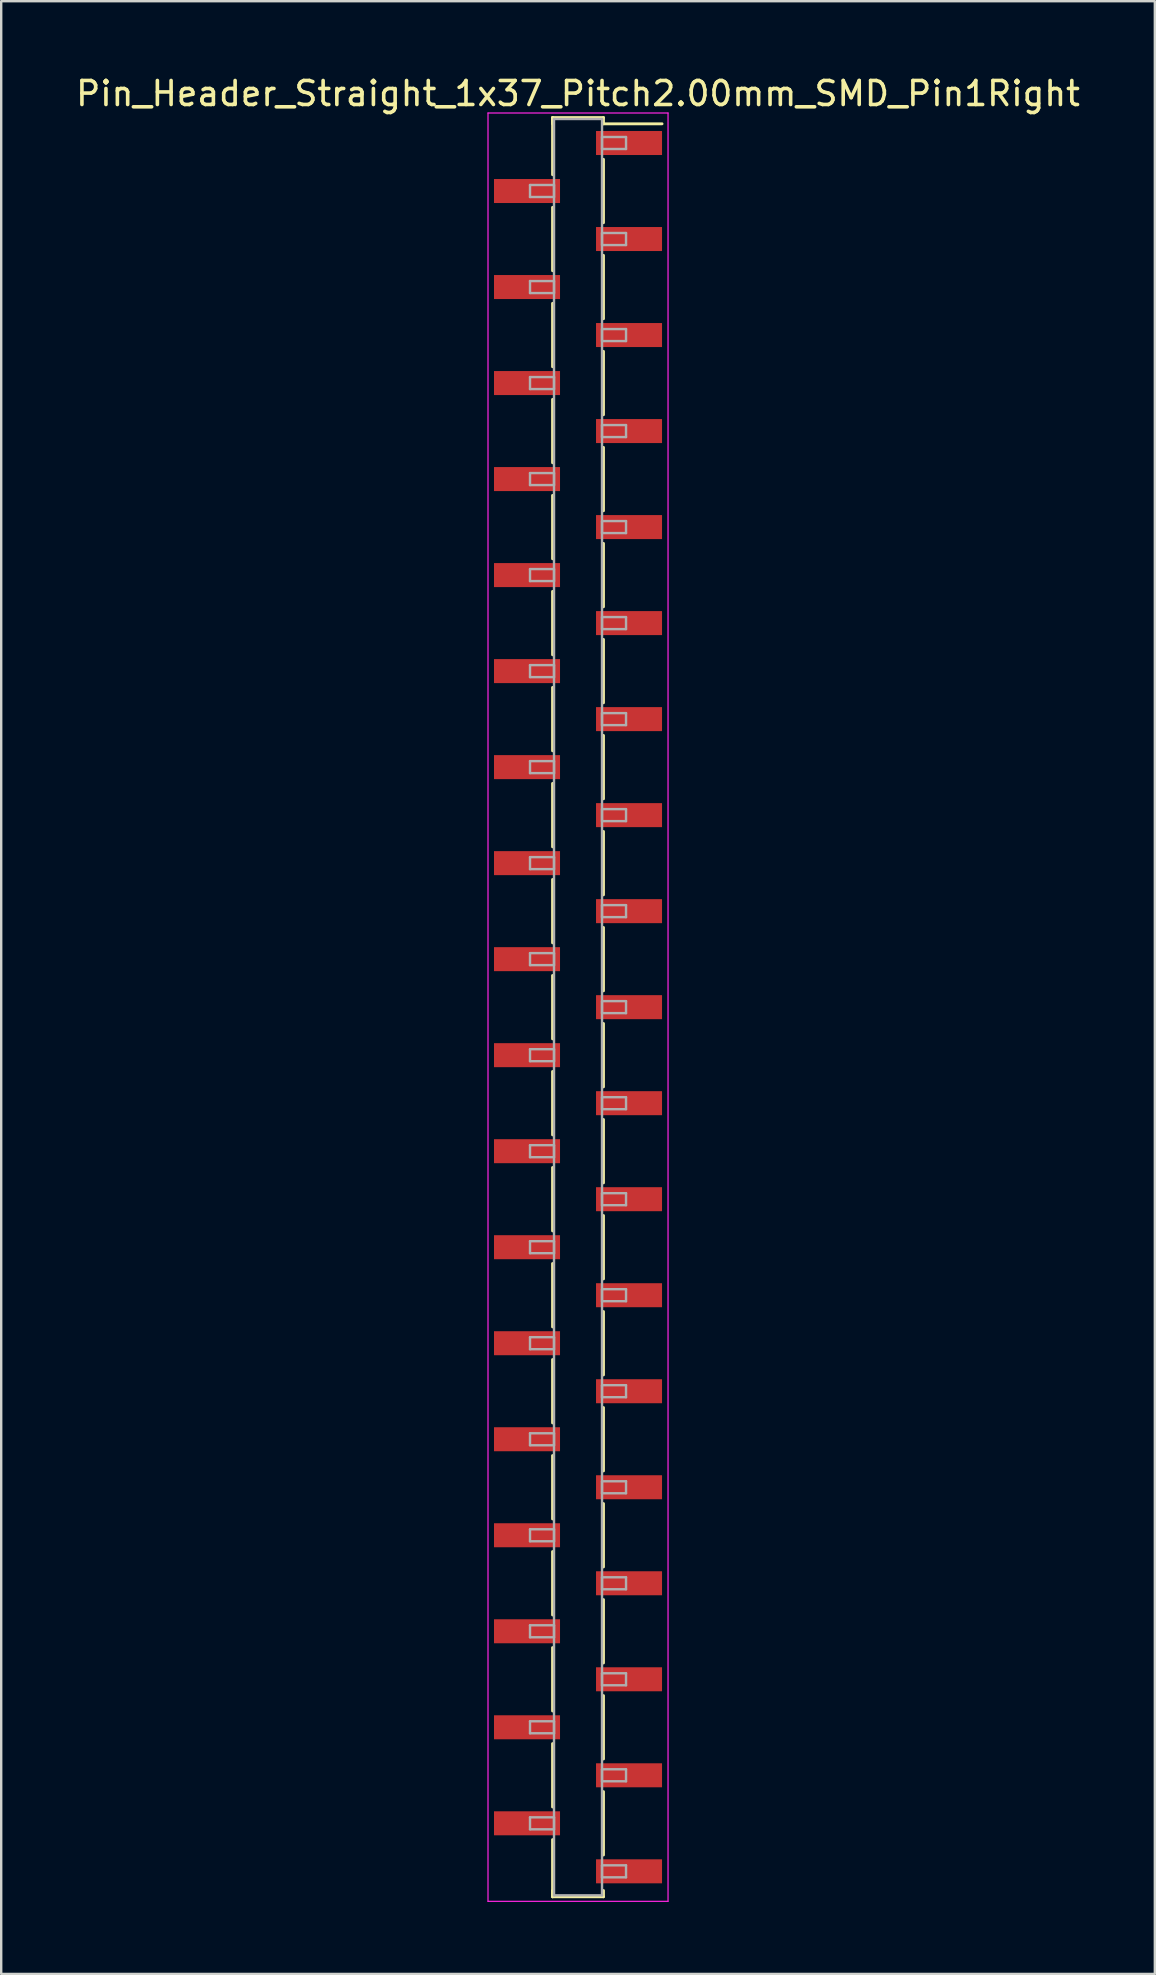
<source format=kicad_pcb>
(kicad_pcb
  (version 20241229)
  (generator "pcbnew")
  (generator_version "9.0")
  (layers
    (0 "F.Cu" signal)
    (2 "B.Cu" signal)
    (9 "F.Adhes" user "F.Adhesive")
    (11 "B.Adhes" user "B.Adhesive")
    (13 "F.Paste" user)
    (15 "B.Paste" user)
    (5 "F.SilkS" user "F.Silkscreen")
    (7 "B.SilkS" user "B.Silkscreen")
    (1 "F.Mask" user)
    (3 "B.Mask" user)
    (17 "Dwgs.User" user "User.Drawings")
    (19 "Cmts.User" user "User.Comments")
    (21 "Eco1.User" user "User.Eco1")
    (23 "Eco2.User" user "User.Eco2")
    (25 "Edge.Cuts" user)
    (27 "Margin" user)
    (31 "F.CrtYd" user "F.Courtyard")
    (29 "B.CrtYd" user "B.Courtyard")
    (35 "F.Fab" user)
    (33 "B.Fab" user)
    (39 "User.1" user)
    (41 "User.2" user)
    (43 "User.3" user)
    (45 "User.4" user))
  (footprint "Pin_Header_Straight_1x37_Pitch2.00mm_SMD_Pin1Right"
    (layer "F.Cu")
    (at 21.03 38.908)
    (property "Reference" "Pin_Header_Straight_1x37_Pitch2.00mm_SMD_Pin1Right" (at 0 -38.06 0) (layer "F.SilkS") (effects (font (size 1 1) (thickness 0.15))))
    (attr smd)
    (fp_line (start -1.06 -37.06) (end -1.06 -34.68) (stroke (width 0.12) (type solid)) (layer "F.SilkS"))
    (fp_line (start -1.06 -37.06) (end 1.06 -37.06) (stroke (width 0.12) (type solid)) (layer "F.SilkS"))
    (fp_line (start -1.06 -36.8) (end -1.06 -37.06) (stroke (width 0.12) (type solid)) (layer "F.SilkS"))
    (fp_line (start -1.06 -33.32) (end -1.06 -30.68) (stroke (width 0.12) (type solid)) (layer "F.SilkS"))
    (fp_line (start -1.06 -29.32) (end -1.06 -26.68) (stroke (width 0.12) (type solid)) (layer "F.SilkS"))
    (fp_line (start -1.06 -25.32) (end -1.06 -22.68) (stroke (width 0.12) (type solid)) (layer "F.SilkS"))
    (fp_line (start -1.06 -21.32) (end -1.06 -18.68) (stroke (width 0.12) (type solid)) (layer "F.SilkS"))
    (fp_line (start -1.06 -17.32) (end -1.06 -14.68) (stroke (width 0.12) (type solid)) (layer "F.SilkS"))
    (fp_line (start -1.06 -13.32) (end -1.06 -10.68) (stroke (width 0.12) (type solid)) (layer "F.SilkS"))
    (fp_line (start -1.06 -9.32) (end -1.06 -6.68) (stroke (width 0.12) (type solid)) (layer "F.SilkS"))
    (fp_line (start -1.06 -5.32) (end -1.06 -2.68) (stroke (width 0.12) (type solid)) (layer "F.SilkS"))
    (fp_line (start -1.06 -1.32) (end -1.06 1.32) (stroke (width 0.12) (type solid)) (layer "F.SilkS"))
    (fp_line (start -1.06 2.68) (end -1.06 5.32) (stroke (width 0.12) (type solid)) (layer "F.SilkS"))
    (fp_line (start -1.06 6.68) (end -1.06 9.32) (stroke (width 0.12) (type solid)) (layer "F.SilkS"))
    (fp_line (start -1.06 10.68) (end -1.06 13.32) (stroke (width 0.12) (type solid)) (layer "F.SilkS"))
    (fp_line (start -1.06 14.68) (end -1.06 17.32) (stroke (width 0.12) (type solid)) (layer "F.SilkS"))
    (fp_line (start -1.06 18.68) (end -1.06 21.32) (stroke (width 0.12) (type solid)) (layer "F.SilkS"))
    (fp_line (start -1.06 22.68) (end -1.06 25.32) (stroke (width 0.12) (type solid)) (layer "F.SilkS"))
    (fp_line (start -1.06 26.68) (end -1.06 29.32) (stroke (width 0.12) (type solid)) (layer "F.SilkS"))
    (fp_line (start -1.06 30.68) (end -1.06 33.32) (stroke (width 0.12) (type solid)) (layer "F.SilkS"))
    (fp_line (start -1.06 34.68) (end -1.06 37.06) (stroke (width 0.12) (type solid)) (layer "F.SilkS"))
    (fp_line (start -1.06 36.8) (end -1.06 37.06) (stroke (width 0.12) (type solid)) (layer "F.SilkS"))
    (fp_line (start -1.06 37.06) (end 1.06 37.06) (stroke (width 0.12) (type solid)) (layer "F.SilkS"))
    (fp_line (start 1.06 -37.06) (end 1.06 -36.8) (stroke (width 0.12) (type solid)) (layer "F.SilkS"))
    (fp_line (start 1.06 -36.8) (end 3.5 -36.8) (stroke (width 0.12) (type solid)) (layer "F.SilkS"))
    (fp_line (start 1.06 -35.32) (end 1.06 -32.68) (stroke (width 0.12) (type solid)) (layer "F.SilkS"))
    (fp_line (start 1.06 -31.32) (end 1.06 -28.68) (stroke (width 0.12) (type solid)) (layer "F.SilkS"))
    (fp_line (start 1.06 -27.32) (end 1.06 -24.68) (stroke (width 0.12) (type solid)) (layer "F.SilkS"))
    (fp_line (start 1.06 -23.32) (end 1.06 -20.68) (stroke (width 0.12) (type solid)) (layer "F.SilkS"))
    (fp_line (start 1.06 -19.32) (end 1.06 -16.68) (stroke (width 0.12) (type solid)) (layer "F.SilkS"))
    (fp_line (start 1.06 -15.32) (end 1.06 -12.68) (stroke (width 0.12) (type solid)) (layer "F.SilkS"))
    (fp_line (start 1.06 -11.32) (end 1.06 -8.68) (stroke (width 0.12) (type solid)) (layer "F.SilkS"))
    (fp_line (start 1.06 -7.32) (end 1.06 -4.68) (stroke (width 0.12) (type solid)) (layer "F.SilkS"))
    (fp_line (start 1.06 -3.32) (end 1.06 -0.68) (stroke (width 0.12) (type solid)) (layer "F.SilkS"))
    (fp_line (start 1.06 0.68) (end 1.06 3.32) (stroke (width 0.12) (type solid)) (layer "F.SilkS"))
    (fp_line (start 1.06 4.68) (end 1.06 7.32) (stroke (width 0.12) (type solid)) (layer "F.SilkS"))
    (fp_line (start 1.06 8.68) (end 1.06 11.32) (stroke (width 0.12) (type solid)) (layer "F.SilkS"))
    (fp_line (start 1.06 12.68) (end 1.06 15.32) (stroke (width 0.12) (type solid)) (layer "F.SilkS"))
    (fp_line (start 1.06 16.68) (end 1.06 19.32) (stroke (width 0.12) (type solid)) (layer "F.SilkS"))
    (fp_line (start 1.06 20.68) (end 1.06 23.32) (stroke (width 0.12) (type solid)) (layer "F.SilkS"))
    (fp_line (start 1.06 24.68) (end 1.06 27.32) (stroke (width 0.12) (type solid)) (layer "F.SilkS"))
    (fp_line (start 1.06 28.68) (end 1.06 31.32) (stroke (width 0.12) (type solid)) (layer "F.SilkS"))
    (fp_line (start 1.06 32.68) (end 1.06 35.32) (stroke (width 0.12) (type solid)) (layer "F.SilkS"))
    (fp_line (start 1.06 37.06) (end 1.06 36.8) (stroke (width 0.12) (type solid)) (layer "F.SilkS"))
    (fp_line (start -3.75 -37.25) (end -3.75 37.25) (stroke (width 0.05) (type solid)) (layer "F.CrtYd"))
    (fp_line (start -3.75 37.25) (end 3.75 37.25) (stroke (width 0.05) (type solid)) (layer "F.CrtYd"))
    (fp_line (start 3.75 -37.25) (end -3.75 -37.25) (stroke (width 0.05) (type solid)) (layer "F.CrtYd"))
    (fp_line (start 3.75 37.25) (end 3.75 -37.25) (stroke (width 0.05) (type solid)) (layer "F.CrtYd"))
    (fp_line (start -2 -34.25) (end -1 -34.25) (stroke (width 0.1) (type solid)) (layer "F.Fab"))
    (fp_line (start -2 -33.75) (end -2 -34.25) (stroke (width 0.1) (type solid)) (layer "F.Fab"))
    (fp_line (start -2 -30.25) (end -1 -30.25) (stroke (width 0.1) (type solid)) (layer "F.Fab"))
    (fp_line (start -2 -29.75) (end -2 -30.25) (stroke (width 0.1) (type solid)) (layer "F.Fab"))
    (fp_line (start -2 -26.25) (end -1 -26.25) (stroke (width 0.1) (type solid)) (layer "F.Fab"))
    (fp_line (start -2 -25.75) (end -2 -26.25) (stroke (width 0.1) (type solid)) (layer "F.Fab"))
    (fp_line (start -2 -22.25) (end -1 -22.25) (stroke (width 0.1) (type solid)) (layer "F.Fab"))
    (fp_line (start -2 -21.75) (end -2 -22.25) (stroke (width 0.1) (type solid)) (layer "F.Fab"))
    (fp_line (start -2 -18.25) (end -1 -18.25) (stroke (width 0.1) (type solid)) (layer "F.Fab"))
    (fp_line (start -2 -17.75) (end -2 -18.25) (stroke (width 0.1) (type solid)) (layer "F.Fab"))
    (fp_line (start -2 -14.25) (end -1 -14.25) (stroke (width 0.1) (type solid)) (layer "F.Fab"))
    (fp_line (start -2 -13.75) (end -2 -14.25) (stroke (width 0.1) (type solid)) (layer "F.Fab"))
    (fp_line (start -2 -10.25) (end -1 -10.25) (stroke (width 0.1) (type solid)) (layer "F.Fab"))
    (fp_line (start -2 -9.75) (end -2 -10.25) (stroke (width 0.1) (type solid)) (layer "F.Fab"))
    (fp_line (start -2 -6.25) (end -1 -6.25) (stroke (width 0.1) (type solid)) (layer "F.Fab"))
    (fp_line (start -2 -5.75) (end -2 -6.25) (stroke (width 0.1) (type solid)) (layer "F.Fab"))
    (fp_line (start -2 -2.25) (end -1 -2.25) (stroke (width 0.1) (type solid)) (layer "F.Fab"))
    (fp_line (start -2 -1.75) (end -2 -2.25) (stroke (width 0.1) (type solid)) (layer "F.Fab"))
    (fp_line (start -2 1.75) (end -1 1.75) (stroke (width 0.1) (type solid)) (layer "F.Fab"))
    (fp_line (start -2 2.25) (end -2 1.75) (stroke (width 0.1) (type solid)) (layer "F.Fab"))
    (fp_line (start -2 5.75) (end -1 5.75) (stroke (width 0.1) (type solid)) (layer "F.Fab"))
    (fp_line (start -2 6.25) (end -2 5.75) (stroke (width 0.1) (type solid)) (layer "F.Fab"))
    (fp_line (start -2 9.75) (end -1 9.75) (stroke (width 0.1) (type solid)) (layer "F.Fab"))
    (fp_line (start -2 10.25) (end -2 9.75) (stroke (width 0.1) (type solid)) (layer "F.Fab"))
    (fp_line (start -2 13.75) (end -1 13.75) (stroke (width 0.1) (type solid)) (layer "F.Fab"))
    (fp_line (start -2 14.25) (end -2 13.75) (stroke (width 0.1) (type solid)) (layer "F.Fab"))
    (fp_line (start -2 17.75) (end -1 17.75) (stroke (width 0.1) (type solid)) (layer "F.Fab"))
    (fp_line (start -2 18.25) (end -2 17.75) (stroke (width 0.1) (type solid)) (layer "F.Fab"))
    (fp_line (start -2 21.75) (end -1 21.75) (stroke (width 0.1) (type solid)) (layer "F.Fab"))
    (fp_line (start -2 22.25) (end -2 21.75) (stroke (width 0.1) (type solid)) (layer "F.Fab"))
    (fp_line (start -2 25.75) (end -1 25.75) (stroke (width 0.1) (type solid)) (layer "F.Fab"))
    (fp_line (start -2 26.25) (end -2 25.75) (stroke (width 0.1) (type solid)) (layer "F.Fab"))
    (fp_line (start -2 29.75) (end -1 29.75) (stroke (width 0.1) (type solid)) (layer "F.Fab"))
    (fp_line (start -2 30.25) (end -2 29.75) (stroke (width 0.1) (type solid)) (layer "F.Fab"))
    (fp_line (start -2 33.75) (end -1 33.75) (stroke (width 0.1) (type solid)) (layer "F.Fab"))
    (fp_line (start -2 34.25) (end -2 33.75) (stroke (width 0.1) (type solid)) (layer "F.Fab"))
    (fp_line (start -1 -37) (end -1 37) (stroke (width 0.1) (type solid)) (layer "F.Fab"))
    (fp_line (start -1 -34.25) (end -1 -33.75) (stroke (width 0.1) (type solid)) (layer "F.Fab"))
    (fp_line (start -1 -33.75) (end -2 -33.75) (stroke (width 0.1) (type solid)) (layer "F.Fab"))
    (fp_line (start -1 -30.25) (end -1 -29.75) (stroke (width 0.1) (type solid)) (layer "F.Fab"))
    (fp_line (start -1 -29.75) (end -2 -29.75) (stroke (width 0.1) (type solid)) (layer "F.Fab"))
    (fp_line (start -1 -26.25) (end -1 -25.75) (stroke (width 0.1) (type solid)) (layer "F.Fab"))
    (fp_line (start -1 -25.75) (end -2 -25.75) (stroke (width 0.1) (type solid)) (layer "F.Fab"))
    (fp_line (start -1 -22.25) (end -1 -21.75) (stroke (width 0.1) (type solid)) (layer "F.Fab"))
    (fp_line (start -1 -21.75) (end -2 -21.75) (stroke (width 0.1) (type solid)) (layer "F.Fab"))
    (fp_line (start -1 -18.25) (end -1 -17.75) (stroke (width 0.1) (type solid)) (layer "F.Fab"))
    (fp_line (start -1 -17.75) (end -2 -17.75) (stroke (width 0.1) (type solid)) (layer "F.Fab"))
    (fp_line (start -1 -14.25) (end -1 -13.75) (stroke (width 0.1) (type solid)) (layer "F.Fab"))
    (fp_line (start -1 -13.75) (end -2 -13.75) (stroke (width 0.1) (type solid)) (layer "F.Fab"))
    (fp_line (start -1 -10.25) (end -1 -9.75) (stroke (width 0.1) (type solid)) (layer "F.Fab"))
    (fp_line (start -1 -9.75) (end -2 -9.75) (stroke (width 0.1) (type solid)) (layer "F.Fab"))
    (fp_line (start -1 -6.25) (end -1 -5.75) (stroke (width 0.1) (type solid)) (layer "F.Fab"))
    (fp_line (start -1 -5.75) (end -2 -5.75) (stroke (width 0.1) (type solid)) (layer "F.Fab"))
    (fp_line (start -1 -2.25) (end -1 -1.75) (stroke (width 0.1) (type solid)) (layer "F.Fab"))
    (fp_line (start -1 -1.75) (end -2 -1.75) (stroke (width 0.1) (type solid)) (layer "F.Fab"))
    (fp_line (start -1 1.75) (end -1 2.25) (stroke (width 0.1) (type solid)) (layer "F.Fab"))
    (fp_line (start -1 2.25) (end -2 2.25) (stroke (width 0.1) (type solid)) (layer "F.Fab"))
    (fp_line (start -1 5.75) (end -1 6.25) (stroke (width 0.1) (type solid)) (layer "F.Fab"))
    (fp_line (start -1 6.25) (end -2 6.25) (stroke (width 0.1) (type solid)) (layer "F.Fab"))
    (fp_line (start -1 9.75) (end -1 10.25) (stroke (width 0.1) (type solid)) (layer "F.Fab"))
    (fp_line (start -1 10.25) (end -2 10.25) (stroke (width 0.1) (type solid)) (layer "F.Fab"))
    (fp_line (start -1 13.75) (end -1 14.25) (stroke (width 0.1) (type solid)) (layer "F.Fab"))
    (fp_line (start -1 14.25) (end -2 14.25) (stroke (width 0.1) (type solid)) (layer "F.Fab"))
    (fp_line (start -1 17.75) (end -1 18.25) (stroke (width 0.1) (type solid)) (layer "F.Fab"))
    (fp_line (start -1 18.25) (end -2 18.25) (stroke (width 0.1) (type solid)) (layer "F.Fab"))
    (fp_line (start -1 21.75) (end -1 22.25) (stroke (width 0.1) (type solid)) (layer "F.Fab"))
    (fp_line (start -1 22.25) (end -2 22.25) (stroke (width 0.1) (type solid)) (layer "F.Fab"))
    (fp_line (start -1 25.75) (end -1 26.25) (stroke (width 0.1) (type solid)) (layer "F.Fab"))
    (fp_line (start -1 26.25) (end -2 26.25) (stroke (width 0.1) (type solid)) (layer "F.Fab"))
    (fp_line (start -1 29.75) (end -1 30.25) (stroke (width 0.1) (type solid)) (layer "F.Fab"))
    (fp_line (start -1 30.25) (end -2 30.25) (stroke (width 0.1) (type solid)) (layer "F.Fab"))
    (fp_line (start -1 33.75) (end -1 34.25) (stroke (width 0.1) (type solid)) (layer "F.Fab"))
    (fp_line (start -1 34.25) (end -2 34.25) (stroke (width 0.1) (type solid)) (layer "F.Fab"))
    (fp_line (start -1 37) (end 1 37) (stroke (width 0.1) (type solid)) (layer "F.Fab"))
    (fp_line (start 1 -37) (end -1 -37) (stroke (width 0.1) (type solid)) (layer "F.Fab"))
    (fp_line (start 1 -36.25) (end 1 -35.75) (stroke (width 0.1) (type solid)) (layer "F.Fab"))
    (fp_line (start 1 -35.75) (end 2 -35.75) (stroke (width 0.1) (type solid)) (layer "F.Fab"))
    (fp_line (start 1 -32.25) (end 1 -31.75) (stroke (width 0.1) (type solid)) (layer "F.Fab"))
    (fp_line (start 1 -31.75) (end 2 -31.75) (stroke (width 0.1) (type solid)) (layer "F.Fab"))
    (fp_line (start 1 -28.25) (end 1 -27.75) (stroke (width 0.1) (type solid)) (layer "F.Fab"))
    (fp_line (start 1 -27.75) (end 2 -27.75) (stroke (width 0.1) (type solid)) (layer "F.Fab"))
    (fp_line (start 1 -24.25) (end 1 -23.75) (stroke (width 0.1) (type solid)) (layer "F.Fab"))
    (fp_line (start 1 -23.75) (end 2 -23.75) (stroke (width 0.1) (type solid)) (layer "F.Fab"))
    (fp_line (start 1 -20.25) (end 1 -19.75) (stroke (width 0.1) (type solid)) (layer "F.Fab"))
    (fp_line (start 1 -19.75) (end 2 -19.75) (stroke (width 0.1) (type solid)) (layer "F.Fab"))
    (fp_line (start 1 -16.25) (end 1 -15.75) (stroke (width 0.1) (type solid)) (layer "F.Fab"))
    (fp_line (start 1 -15.75) (end 2 -15.75) (stroke (width 0.1) (type solid)) (layer "F.Fab"))
    (fp_line (start 1 -12.25) (end 1 -11.75) (stroke (width 0.1) (type solid)) (layer "F.Fab"))
    (fp_line (start 1 -11.75) (end 2 -11.75) (stroke (width 0.1) (type solid)) (layer "F.Fab"))
    (fp_line (start 1 -8.25) (end 1 -7.75) (stroke (width 0.1) (type solid)) (layer "F.Fab"))
    (fp_line (start 1 -7.75) (end 2 -7.75) (stroke (width 0.1) (type solid)) (layer "F.Fab"))
    (fp_line (start 1 -4.25) (end 1 -3.75) (stroke (width 0.1) (type solid)) (layer "F.Fab"))
    (fp_line (start 1 -3.75) (end 2 -3.75) (stroke (width 0.1) (type solid)) (layer "F.Fab"))
    (fp_line (start 1 -0.25) (end 1 0.25) (stroke (width 0.1) (type solid)) (layer "F.Fab"))
    (fp_line (start 1 0.25) (end 2 0.25) (stroke (width 0.1) (type solid)) (layer "F.Fab"))
    (fp_line (start 1 3.75) (end 1 4.25) (stroke (width 0.1) (type solid)) (layer "F.Fab"))
    (fp_line (start 1 4.25) (end 2 4.25) (stroke (width 0.1) (type solid)) (layer "F.Fab"))
    (fp_line (start 1 7.75) (end 1 8.25) (stroke (width 0.1) (type solid)) (layer "F.Fab"))
    (fp_line (start 1 8.25) (end 2 8.25) (stroke (width 0.1) (type solid)) (layer "F.Fab"))
    (fp_line (start 1 11.75) (end 1 12.25) (stroke (width 0.1) (type solid)) (layer "F.Fab"))
    (fp_line (start 1 12.25) (end 2 12.25) (stroke (width 0.1) (type solid)) (layer "F.Fab"))
    (fp_line (start 1 15.75) (end 1 16.25) (stroke (width 0.1) (type solid)) (layer "F.Fab"))
    (fp_line (start 1 16.25) (end 2 16.25) (stroke (width 0.1) (type solid)) (layer "F.Fab"))
    (fp_line (start 1 19.75) (end 1 20.25) (stroke (width 0.1) (type solid)) (layer "F.Fab"))
    (fp_line (start 1 20.25) (end 2 20.25) (stroke (width 0.1) (type solid)) (layer "F.Fab"))
    (fp_line (start 1 23.75) (end 1 24.25) (stroke (width 0.1) (type solid)) (layer "F.Fab"))
    (fp_line (start 1 24.25) (end 2 24.25) (stroke (width 0.1) (type solid)) (layer "F.Fab"))
    (fp_line (start 1 27.75) (end 1 28.25) (stroke (width 0.1) (type solid)) (layer "F.Fab"))
    (fp_line (start 1 28.25) (end 2 28.25) (stroke (width 0.1) (type solid)) (layer "F.Fab"))
    (fp_line (start 1 31.75) (end 1 32.25) (stroke (width 0.1) (type solid)) (layer "F.Fab"))
    (fp_line (start 1 32.25) (end 2 32.25) (stroke (width 0.1) (type solid)) (layer "F.Fab"))
    (fp_line (start 1 35.75) (end 1 36.25) (stroke (width 0.1) (type solid)) (layer "F.Fab"))
    (fp_line (start 1 36.25) (end 2 36.25) (stroke (width 0.1) (type solid)) (layer "F.Fab"))
    (fp_line (start 1 37) (end 1 -37) (stroke (width 0.1) (type solid)) (layer "F.Fab"))
    (fp_line (start 2 -36.25) (end 1 -36.25) (stroke (width 0.1) (type solid)) (layer "F.Fab"))
    (fp_line (start 2 -35.75) (end 2 -36.25) (stroke (width 0.1) (type solid)) (layer "F.Fab"))
    (fp_line (start 2 -32.25) (end 1 -32.25) (stroke (width 0.1) (type solid)) (layer "F.Fab"))
    (fp_line (start 2 -31.75) (end 2 -32.25) (stroke (width 0.1) (type solid)) (layer "F.Fab"))
    (fp_line (start 2 -28.25) (end 1 -28.25) (stroke (width 0.1) (type solid)) (layer "F.Fab"))
    (fp_line (start 2 -27.75) (end 2 -28.25) (stroke (width 0.1) (type solid)) (layer "F.Fab"))
    (fp_line (start 2 -24.25) (end 1 -24.25) (stroke (width 0.1) (type solid)) (layer "F.Fab"))
    (fp_line (start 2 -23.75) (end 2 -24.25) (stroke (width 0.1) (type solid)) (layer "F.Fab"))
    (fp_line (start 2 -20.25) (end 1 -20.25) (stroke (width 0.1) (type solid)) (layer "F.Fab"))
    (fp_line (start 2 -19.75) (end 2 -20.25) (stroke (width 0.1) (type solid)) (layer "F.Fab"))
    (fp_line (start 2 -16.25) (end 1 -16.25) (stroke (width 0.1) (type solid)) (layer "F.Fab"))
    (fp_line (start 2 -15.75) (end 2 -16.25) (stroke (width 0.1) (type solid)) (layer "F.Fab"))
    (fp_line (start 2 -12.25) (end 1 -12.25) (stroke (width 0.1) (type solid)) (layer "F.Fab"))
    (fp_line (start 2 -11.75) (end 2 -12.25) (stroke (width 0.1) (type solid)) (layer "F.Fab"))
    (fp_line (start 2 -8.25) (end 1 -8.25) (stroke (width 0.1) (type solid)) (layer "F.Fab"))
    (fp_line (start 2 -7.75) (end 2 -8.25) (stroke (width 0.1) (type solid)) (layer "F.Fab"))
    (fp_line (start 2 -4.25) (end 1 -4.25) (stroke (width 0.1) (type solid)) (layer "F.Fab"))
    (fp_line (start 2 -3.75) (end 2 -4.25) (stroke (width 0.1) (type solid)) (layer "F.Fab"))
    (fp_line (start 2 -0.25) (end 1 -0.25) (stroke (width 0.1) (type solid)) (layer "F.Fab"))
    (fp_line (start 2 0.25) (end 2 -0.25) (stroke (width 0.1) (type solid)) (layer "F.Fab"))
    (fp_line (start 2 3.75) (end 1 3.75) (stroke (width 0.1) (type solid)) (layer "F.Fab"))
    (fp_line (start 2 4.25) (end 2 3.75) (stroke (width 0.1) (type solid)) (layer "F.Fab"))
    (fp_line (start 2 7.75) (end 1 7.75) (stroke (width 0.1) (type solid)) (layer "F.Fab"))
    (fp_line (start 2 8.25) (end 2 7.75) (stroke (width 0.1) (type solid)) (layer "F.Fab"))
    (fp_line (start 2 11.75) (end 1 11.75) (stroke (width 0.1) (type solid)) (layer "F.Fab"))
    (fp_line (start 2 12.25) (end 2 11.75) (stroke (width 0.1) (type solid)) (layer "F.Fab"))
    (fp_line (start 2 15.75) (end 1 15.75) (stroke (width 0.1) (type solid)) (layer "F.Fab"))
    (fp_line (start 2 16.25) (end 2 15.75) (stroke (width 0.1) (type solid)) (layer "F.Fab"))
    (fp_line (start 2 19.75) (end 1 19.75) (stroke (width 0.1) (type solid)) (layer "F.Fab"))
    (fp_line (start 2 20.25) (end 2 19.75) (stroke (width 0.1) (type solid)) (layer "F.Fab"))
    (fp_line (start 2 23.75) (end 1 23.75) (stroke (width 0.1) (type solid)) (layer "F.Fab"))
    (fp_line (start 2 24.25) (end 2 23.75) (stroke (width 0.1) (type solid)) (layer "F.Fab"))
    (fp_line (start 2 27.75) (end 1 27.75) (stroke (width 0.1) (type solid)) (layer "F.Fab"))
    (fp_line (start 2 28.25) (end 2 27.75) (stroke (width 0.1) (type solid)) (layer "F.Fab"))
    (fp_line (start 2 31.75) (end 1 31.75) (stroke (width 0.1) (type solid)) (layer "F.Fab"))
    (fp_line (start 2 32.25) (end 2 31.75) (stroke (width 0.1) (type solid)) (layer "F.Fab"))
    (fp_line (start 2 35.75) (end 1 35.75) (stroke (width 0.1) (type solid)) (layer "F.Fab"))
    (fp_line (start 2 36.25) (end 2 35.75) (stroke (width 0.1) (type solid)) (layer "F.Fab"))
    (pad "1" smd rect (at 2.125 -36) (size 2.75 1) (layers "F.Cu" "F.Mask"))
    (pad "2" smd rect (at -2.125 -34) (size 2.75 1) (layers "F.Cu" "F.Mask"))
    (pad "3" smd rect (at 2.125 -32) (size 2.75 1) (layers "F.Cu" "F.Mask"))
    (pad "4" smd rect (at -2.125 -30) (size 2.75 1) (layers "F.Cu" "F.Mask"))
    (pad "5" smd rect (at 2.125 -28) (size 2.75 1) (layers "F.Cu" "F.Mask"))
    (pad "6" smd rect (at -2.125 -26) (size 2.75 1) (layers "F.Cu" "F.Mask"))
    (pad "7" smd rect (at 2.125 -24) (size 2.75 1) (layers "F.Cu" "F.Mask"))
    (pad "8" smd rect (at -2.125 -22) (size 2.75 1) (layers "F.Cu" "F.Mask"))
    (pad "9" smd rect (at 2.125 -20) (size 2.75 1) (layers "F.Cu" "F.Mask"))
    (pad "10" smd rect (at -2.125 -18) (size 2.75 1) (layers "F.Cu" "F.Mask"))
    (pad "11" smd rect (at 2.125 -16) (size 2.75 1) (layers "F.Cu" "F.Mask"))
    (pad "12" smd rect (at -2.125 -14) (size 2.75 1) (layers "F.Cu" "F.Mask"))
    (pad "13" smd rect (at 2.125 -12) (size 2.75 1) (layers "F.Cu" "F.Mask"))
    (pad "14" smd rect (at -2.125 -10) (size 2.75 1) (layers "F.Cu" "F.Mask"))
    (pad "15" smd rect (at 2.125 -8) (size 2.75 1) (layers "F.Cu" "F.Mask"))
    (pad "16" smd rect (at -2.125 -6) (size 2.75 1) (layers "F.Cu" "F.Mask"))
    (pad "17" smd rect (at 2.125 -4) (size 2.75 1) (layers "F.Cu" "F.Mask"))
    (pad "18" smd rect (at -2.125 -2) (size 2.75 1) (layers "F.Cu" "F.Mask"))
    (pad "19" smd rect (at 2.125 0) (size 2.75 1) (layers "F.Cu" "F.Mask"))
    (pad "20" smd rect (at -2.125 2) (size 2.75 1) (layers "F.Cu" "F.Mask"))
    (pad "21" smd rect (at 2.125 4) (size 2.75 1) (layers "F.Cu" "F.Mask"))
    (pad "22" smd rect (at -2.125 6) (size 2.75 1) (layers "F.Cu" "F.Mask"))
    (pad "23" smd rect (at 2.125 8) (size 2.75 1) (layers "F.Cu" "F.Mask"))
    (pad "24" smd rect (at -2.125 10) (size 2.75 1) (layers "F.Cu" "F.Mask"))
    (pad "25" smd rect (at 2.125 12) (size 2.75 1) (layers "F.Cu" "F.Mask"))
    (pad "26" smd rect (at -2.125 14) (size 2.75 1) (layers "F.Cu" "F.Mask"))
    (pad "27" smd rect (at 2.125 16) (size 2.75 1) (layers "F.Cu" "F.Mask"))
    (pad "28" smd rect (at -2.125 18) (size 2.75 1) (layers "F.Cu" "F.Mask"))
    (pad "29" smd rect (at 2.125 20) (size 2.75 1) (layers "F.Cu" "F.Mask"))
    (pad "30" smd rect (at -2.125 22) (size 2.75 1) (layers "F.Cu" "F.Mask"))
    (pad "31" smd rect (at 2.125 24) (size 2.75 1) (layers "F.Cu" "F.Mask"))
    (pad "32" smd rect (at -2.125 26) (size 2.75 1) (layers "F.Cu" "F.Mask"))
    (pad "33" smd rect (at 2.125 28) (size 2.75 1) (layers "F.Cu" "F.Mask"))
    (pad "34" smd rect (at -2.125 30) (size 2.75 1) (layers "F.Cu" "F.Mask"))
    (pad "35" smd rect (at 2.125 32) (size 2.75 1) (layers "F.Cu" "F.Mask"))
    (pad "36" smd rect (at -2.125 34) (size 2.75 1) (layers "F.Cu" "F.Mask"))
    (pad "37" smd rect (at 2.125 36) (size 2.75 1) (layers "F.Cu" "F.Mask")))
  (gr_rect
    (start -3 -3)
    (end 45.06 79.183)
    (stroke (width 0.1) (type default))
    (fill no)
    (layer "Edge.Cuts")))
</source>
